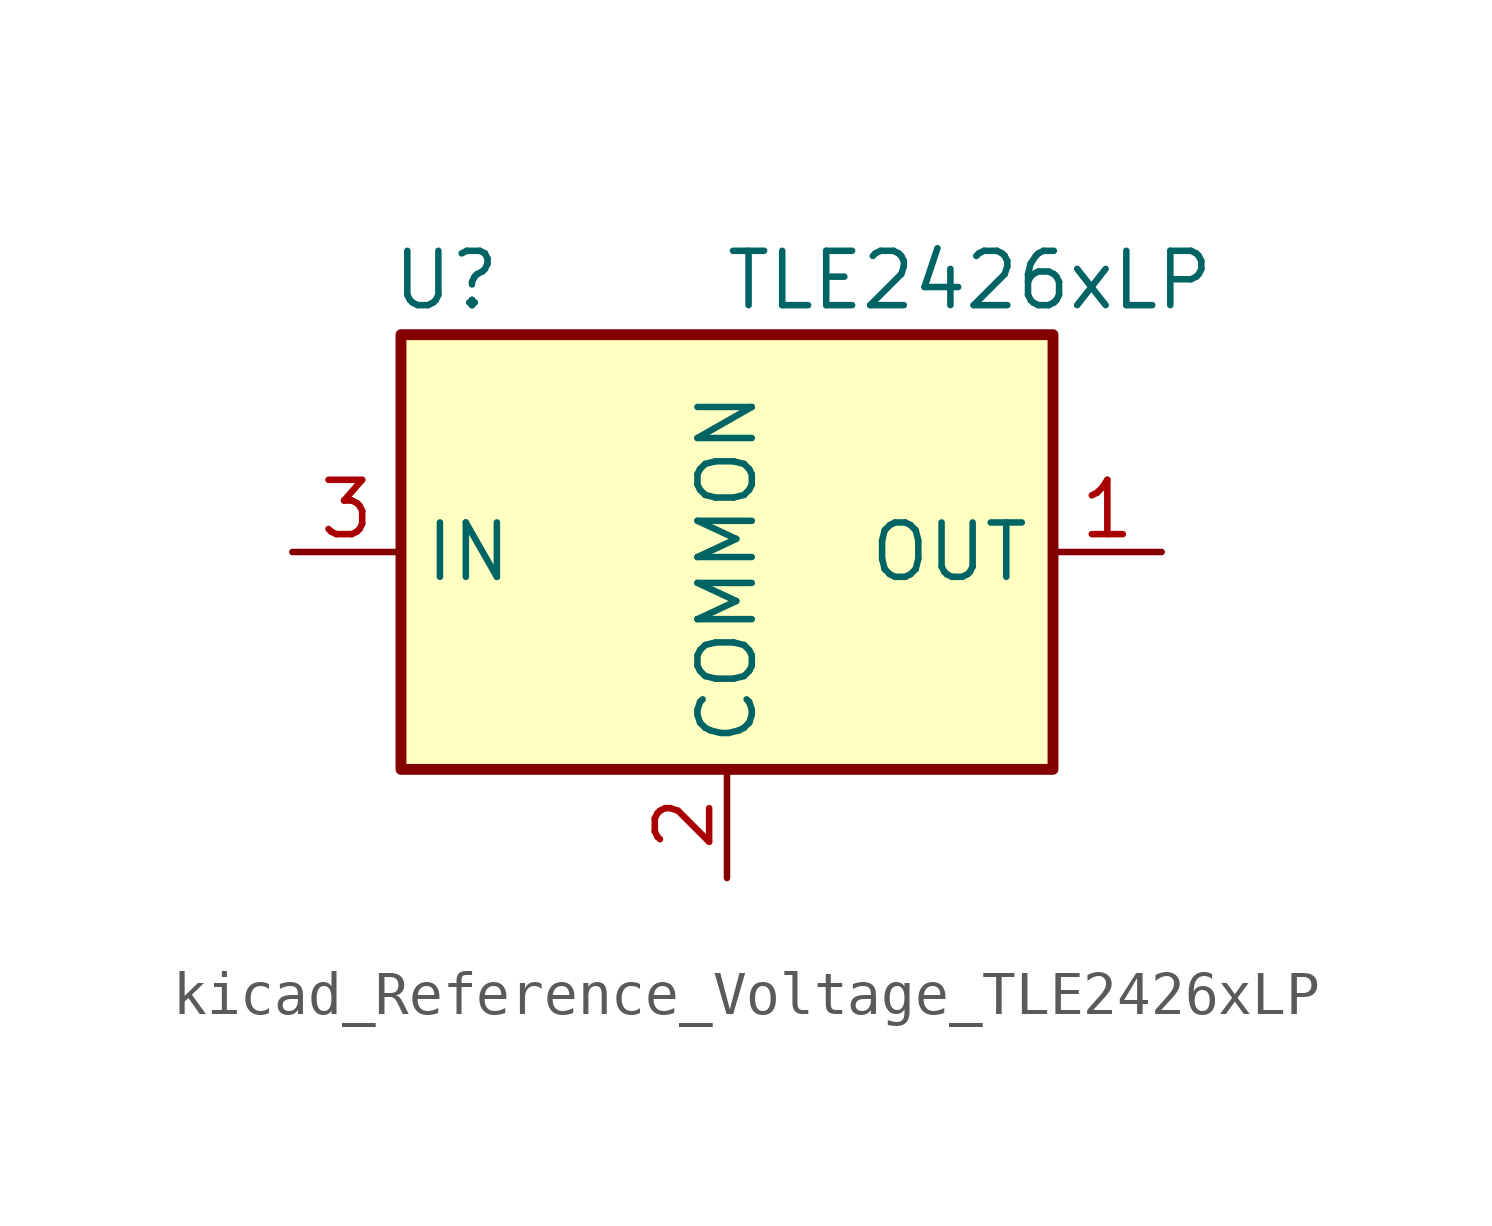
<source format=kicad_sym>
(kicad_symbol_lib
  (version 20220914)
  (generator kicad_symbol_editor)
  (symbol "kicad_Reference_Voltage_TLE2426xLP"
    (property "Reference" "U"
      (at -7.874 6.35 0)
      (effects (font (size 1.27 1.27)) (justify left)))
    (property "Value" "TLE2426xLP"
      (at 11.43 6.35 0)
      (effects (font (size 1.27 1.27)) (justify right)))
    (symbol "kicad_Reference_Voltage_TLE2426xLP_0_1"
      (rectangle (start -7.62 5.08) (end 7.62 -5.08) (stroke (width 0.254) (type default)) (fill (type background))))
    (symbol "kicad_Reference_Voltage_TLE2426xLP_1_1"
      (pin power_out line (at 10.16 0 180) (length 2.54) (name "OUT" (effects (font (size 1.27 1.27)))) (number "1" (effects (font (size 1.27 1.27)))))
      (pin power_in line (at 0 -7.62 90) (length 2.54) (name "COMMON" (effects (font (size 1.27 1.27)))) (number "2" (effects (font (size 1.27 1.27)))))
      (pin power_in line (at -10.16 0 0) (length 2.54) (name "IN" (effects (font (size 1.27 1.27)))) (number "3" (effects (font (size 1.27 1.27))))))))
</source>
